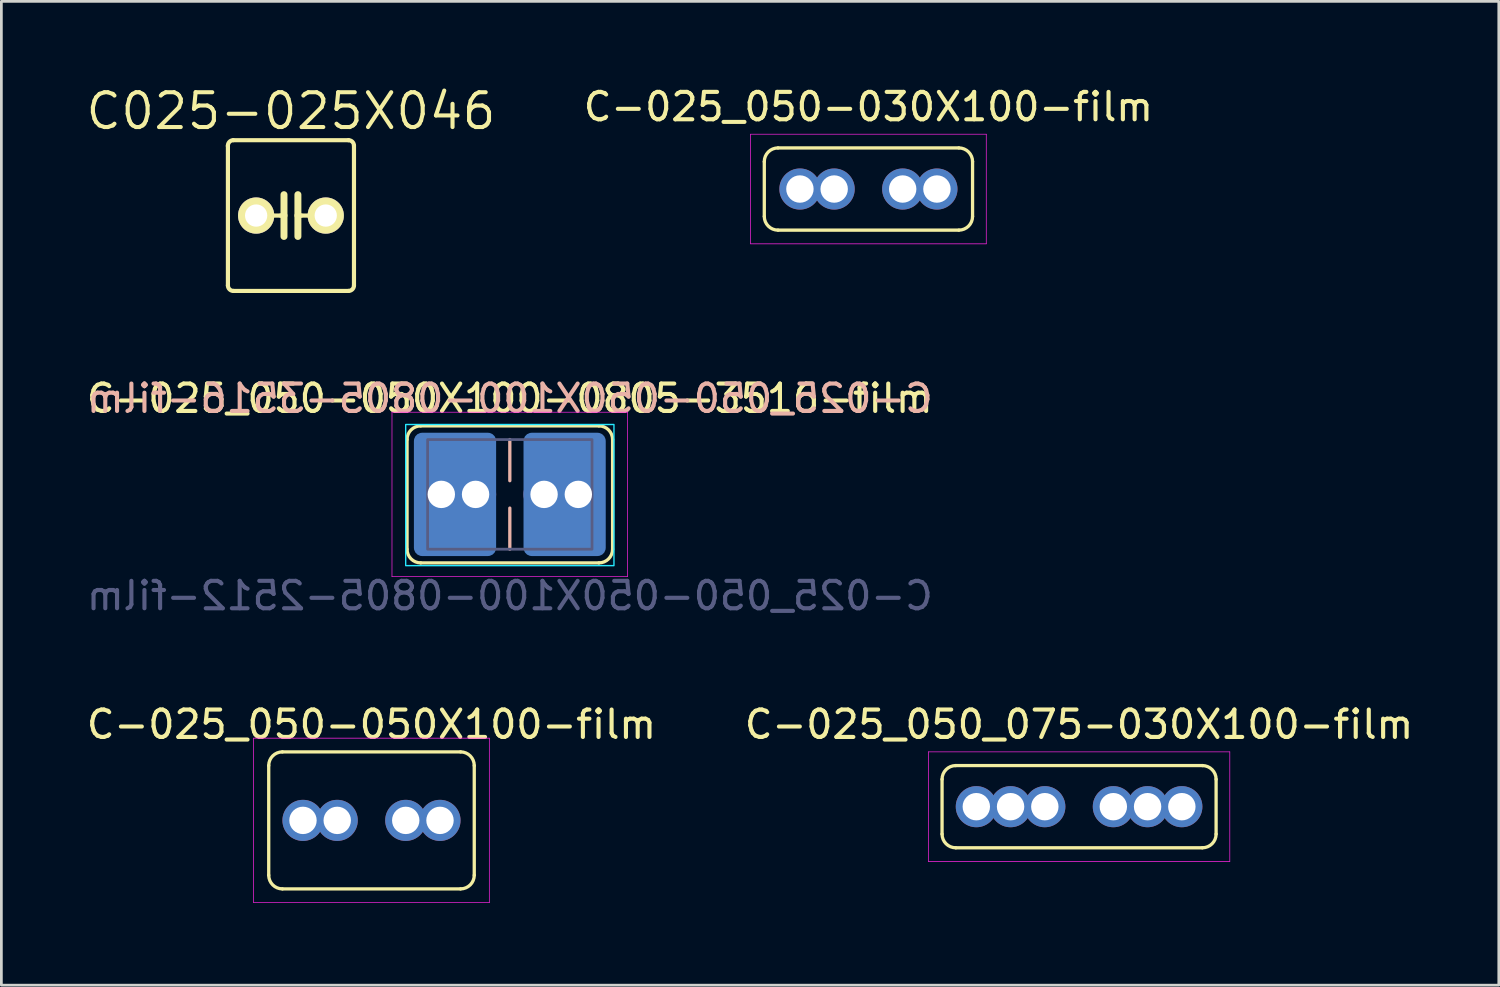
<source format=kicad_pcb>
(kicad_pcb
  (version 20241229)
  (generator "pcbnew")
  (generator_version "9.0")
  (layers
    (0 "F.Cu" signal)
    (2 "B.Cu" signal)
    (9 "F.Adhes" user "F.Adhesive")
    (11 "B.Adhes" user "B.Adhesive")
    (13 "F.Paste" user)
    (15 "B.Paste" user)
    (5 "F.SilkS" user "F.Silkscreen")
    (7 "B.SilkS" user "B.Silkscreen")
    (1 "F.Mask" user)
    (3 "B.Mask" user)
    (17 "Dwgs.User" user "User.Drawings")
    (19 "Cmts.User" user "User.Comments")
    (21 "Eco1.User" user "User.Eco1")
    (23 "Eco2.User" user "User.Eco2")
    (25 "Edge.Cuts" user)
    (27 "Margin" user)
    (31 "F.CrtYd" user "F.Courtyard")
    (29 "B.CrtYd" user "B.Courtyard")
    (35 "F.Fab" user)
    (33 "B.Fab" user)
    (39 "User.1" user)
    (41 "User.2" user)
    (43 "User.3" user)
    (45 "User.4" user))
  (footprint "C-025_050-050X100-film"
    (layer "F.Cu")
    (at 10.506 26.887)
    (property "Reference" "C-025_050-050X100-film" (at 0 -3.5 0) (layer "F.SilkS") (effects (font (size 1 1) (thickness 0.15))))
    (attr through_hole)
    (fp_line (start -3.75 -2) (end -3.75 2) (stroke (width 0.12) (type solid)) (layer "F.SilkS"))
    (fp_line (start -3.25 2.5) (end 3.25 2.5) (stroke (width 0.12) (type solid)) (layer "F.SilkS"))
    (fp_line (start 3.25 -2.5) (end -3.25 -2.5) (stroke (width 0.12) (type solid)) (layer "F.SilkS"))
    (fp_line (start 3.75 2) (end 3.75 -2) (stroke (width 0.12) (type solid)) (layer "F.SilkS"))
    (fp_arc (start -3.75 -2) (mid -3.603553 -2.353553) (end -3.25 -2.5) (stroke (width 0.12) (type solid)) (layer "F.SilkS"))
    (fp_arc (start -3.25 2.5) (mid -3.603553 2.353553) (end -3.75 2) (stroke (width 0.12) (type solid)) (layer "F.SilkS"))
    (fp_arc (start 3.25 -2.5) (mid 3.603553 -2.353553) (end 3.75 -2) (stroke (width 0.12) (type solid)) (layer "F.SilkS"))
    (fp_arc (start 3.75 2) (mid 3.603553 2.353553) (end 3.25 2.5) (stroke (width 0.12) (type solid)) (layer "F.SilkS"))
    (fp_line (start -4.3 -3) (end -4.3 3) (stroke (width 0.025) (type solid)) (layer "F.CrtYd"))
    (fp_line (start -4.3 3) (end 4.3 3) (stroke (width 0.025) (type solid)) (layer "F.CrtYd"))
    (fp_line (start 4.3 -3) (end -4.3 -3) (stroke (width 0.025) (type solid)) (layer "F.CrtYd"))
    (fp_line (start 4.3 3) (end 4.3 -3) (stroke (width 0.025) (type solid)) (layer "F.CrtYd"))
    (pad "1" thru_hole circle (at -2.5 0) (size 1.5 1.5) (drill 1) (layers "*.Cu" "*.Mask"))
    (pad "1" thru_hole circle (at -1.25 0) (size 1.5 1.5) (drill 1) (layers "*.Cu" "*.Mask"))
    (pad "2" thru_hole circle (at 1.25 0) (size 1.5 1.5) (drill 1) (layers "*.Cu" "*.Mask"))
    (pad "2" thru_hole circle (at 2.5 0) (size 1.5 1.5) (drill 1) (layers "*.Cu" "*.Mask")))
  (footprint "C-025_050-050X100-0805-3516-film"
    (layer "F.Cu")
    (at 15.554 14.991)
    (property "Reference" "C-025_050-050X100-0805-3516-film" (at 0 -3.5 0) (layer "F.SilkS") (effects (font (size 1 1) (thickness 0.15))))
    (property "Value" "C-025_050-050X100-0805-2512-film" (at 0 3.7 0) (layer "F.Fab") (hide yes) (effects (font (size 1 1) (thickness 0.15))))
    (attr through_hole)
    (fp_line (start -3.75 -2) (end -3.75 2) (stroke (width 0.12) (type solid)) (layer "F.SilkS"))
    (fp_line (start -3.25 2.5) (end 3.25 2.5) (stroke (width 0.12) (type solid)) (layer "F.SilkS"))
    (fp_line (start 3.25 -2.5) (end -3.25 -2.5) (stroke (width 0.12) (type solid)) (layer "F.SilkS"))
    (fp_line (start 3.75 2) (end 3.75 -2) (stroke (width 0.12) (type solid)) (layer "F.SilkS"))
    (fp_arc (start -3.75 -2) (mid -3.603553 -2.353553) (end -3.25 -2.5) (stroke (width 0.12) (type solid)) (layer "F.SilkS"))
    (fp_arc (start -3.25 2.5) (mid -3.603553 2.353553) (end -3.75 2) (stroke (width 0.12) (type solid)) (layer "F.SilkS"))
    (fp_arc (start 3.25 -2.5) (mid 3.603553 -2.353553) (end 3.75 -2) (stroke (width 0.12) (type solid)) (layer "F.SilkS"))
    (fp_arc (start 3.75 2) (mid 3.603553 2.353553) (end 3.25 2.5) (stroke (width 0.12) (type solid)) (layer "F.SilkS"))
    (fp_line (start 0 -2) (end 0 -0.5) (stroke (width 0.12) (type solid)) (layer "B.SilkS"))
    (fp_line (start 0 2) (end 0 0.5) (stroke (width 0.12) (type solid)) (layer "B.SilkS"))
    (fp_rect (start -3.8 -2.55) (end 3.8 2.6) (stroke (width 0.05) (type solid)) (fill no) (layer "B.CrtYd"))
    (fp_line (start -4.3 -3) (end -4.3 3) (stroke (width 0.025) (type solid)) (layer "F.CrtYd"))
    (fp_line (start -4.3 3) (end 4.3 3) (stroke (width 0.025) (type solid)) (layer "F.CrtYd"))
    (fp_line (start 4.3 -3) (end -4.3 -3) (stroke (width 0.025) (type solid)) (layer "F.CrtYd"))
    (fp_line (start 4.3 3) (end 4.3 -3) (stroke (width 0.025) (type solid)) (layer "F.CrtYd"))
    (fp_rect (start -3 -2) (end 3 2) (stroke (width 0.1) (type solid)) (fill no) (layer "B.Fab"))
    (fp_text user "${REFERENCE}" (at 0 -3.5 0) (layer "B.SilkS") (effects (font (size 1 1) (thickness 0.15)) (justify mirror)))
    (fp_text user "${VALUE}" (at 0 3.7 0) (layer "B.Fab") (effects (font (size 1 1) (thickness 0.15)) (justify mirror)))
    (pad "1" thru_hole circle (at -2.5 0) (size 1.5 1.5) (drill 1) (layers "*.Cu" "*.Mask"))
    (pad "1" smd roundrect (at -2 0) (size 3 4.5) (layers "B.Cu" "B.Mask" "B.Paste") (roundrect_rratio 0.1))
    (pad "1" thru_hole circle (at -1.25 0) (size 1.5 1.5) (drill 1) (layers "*.Cu" "*.Mask"))
    (pad "2" thru_hole circle (at 1.25 0) (size 1.5 1.5) (drill 1) (layers "*.Cu" "*.Mask"))
    (pad "2" smd roundrect (at 2 0) (size 3 4.5) (layers "B.Cu" "B.Mask" "B.Paste") (roundrect_rratio 0.1))
    (pad "2" thru_hole circle (at 2.5 0) (size 1.5 1.5) (drill 1) (layers "*.Cu" "*.Mask")))
  (footprint "C-025_050_075-030X100-film"
    (layer "F.Cu")
    (at 36.327 26.387)
    (property "Reference" "C-025_050_075-030X100-film" (at 0 -3 0) (layer "F.SilkS") (effects (font (size 1 1) (thickness 0.15))))
    (attr through_hole)
    (fp_line (start -5 -1) (end -5 1) (stroke (width 0.12) (type solid)) (layer "F.SilkS"))
    (fp_line (start -4.5 1.5) (end 4.5 1.5) (stroke (width 0.12) (type solid)) (layer "F.SilkS"))
    (fp_line (start 4.5 -1.5) (end -4.5 -1.5) (stroke (width 0.12) (type solid)) (layer "F.SilkS"))
    (fp_line (start 5 1) (end 5 -1) (stroke (width 0.12) (type solid)) (layer "F.SilkS"))
    (fp_arc (start -5 -1) (mid -4.853553 -1.353553) (end -4.5 -1.5) (stroke (width 0.12) (type solid)) (layer "F.SilkS"))
    (fp_arc (start -4.5 1.5) (mid -4.853553 1.353553) (end -5 1) (stroke (width 0.12) (type solid)) (layer "F.SilkS"))
    (fp_arc (start 4.5 -1.5) (mid 4.853553 -1.353553) (end 5 -1) (stroke (width 0.12) (type solid)) (layer "F.SilkS"))
    (fp_arc (start 5 1) (mid 4.853553 1.353553) (end 4.5 1.5) (stroke (width 0.12) (type solid)) (layer "F.SilkS"))
    (fp_line (start -5.5 -2) (end -5.5 2) (stroke (width 0.025) (type solid)) (layer "F.CrtYd"))
    (fp_line (start -5.5 2) (end 5.5 2) (stroke (width 0.025) (type solid)) (layer "F.CrtYd"))
    (fp_line (start 5.5 -2) (end -5.5 -2) (stroke (width 0.025) (type solid)) (layer "F.CrtYd"))
    (fp_line (start 5.5 2) (end 5.5 -2) (stroke (width 0.025) (type solid)) (layer "F.CrtYd"))
    (pad "1" thru_hole circle (at -3.75 0) (size 1.5 1.5) (drill 1) (layers "*.Cu" "*.Mask"))
    (pad "1" thru_hole circle (at -2.5 0) (size 1.5 1.5) (drill 1) (layers "*.Cu" "*.Mask"))
    (pad "1" thru_hole circle (at -1.25 0) (size 1.5 1.5) (drill 1) (layers "*.Cu" "*.Mask"))
    (pad "2" thru_hole circle (at 1.25 0) (size 1.5 1.5) (drill 1) (layers "*.Cu" "*.Mask"))
    (pad "2" thru_hole circle (at 2.5 0) (size 1.5 1.5) (drill 1) (layers "*.Cu" "*.Mask"))
    (pad "2" thru_hole circle (at 3.75 0) (size 1.5 1.5) (drill 1) (layers "*.Cu" "*.Mask")))
  (footprint "C025-025X046"
    (layer "F.Cu")
    (at 7.567 4.816)
    (property "Reference" "C025-025X046" (at 0 -3.81 0) (layer "F.SilkS") (effects (font (size 1.27 1.27) (thickness 0.15))))
    (attr exclude_from_pos_files exclude_from_bom)
    (fp_line (start -2.3 -2.55) (end -2.3 2.55) (stroke (width 0.152) (type solid)) (layer "F.SilkS"))
    (fp_line (start -2.1 -2.75) (end 2.1 -2.75) (stroke (width 0.152) (type solid)) (layer "F.SilkS"))
    (fp_line (start -0.381 0) (end -0.762 0) (stroke (width 0.152) (type solid)) (layer "F.SilkS"))
    (fp_line (start -0.254 -0.762) (end -0.254 0) (stroke (width 0.254) (type solid)) (layer "F.SilkS"))
    (fp_line (start -0.254 0) (end -0.381 0) (stroke (width 0.152) (type solid)) (layer "F.SilkS"))
    (fp_line (start -0.254 0) (end -0.254 0.762) (stroke (width 0.254) (type solid)) (layer "F.SilkS"))
    (fp_line (start 0.254 0) (end 0.254 -0.762) (stroke (width 0.254) (type solid)) (layer "F.SilkS"))
    (fp_line (start 0.254 0) (end 0.254 0.762) (stroke (width 0.254) (type solid)) (layer "F.SilkS"))
    (fp_line (start 0.381 0) (end 0.254 0) (stroke (width 0.152) (type solid)) (layer "F.SilkS"))
    (fp_line (start 0.762 0) (end 0.381 0) (stroke (width 0.152) (type solid)) (layer "F.SilkS"))
    (fp_line (start 2.1 2.75) (end -2.1 2.75) (stroke (width 0.152) (type solid)) (layer "F.SilkS"))
    (fp_line (start 2.3 -2.55) (end 2.3 2.55) (stroke (width 0.152) (type solid)) (layer "F.SilkS"))
    (fp_arc (start -2.3 -2.53) (mid -2.252178 -2.681308) (end -2.109505 -2.750773) (stroke (width 0.1524) (type solid)) (layer "F.SilkS"))
    (fp_arc (start -2.1 2.75) (mid -2.241421 2.691421) (end -2.3 2.55) (stroke (width 0.1524) (type solid)) (layer "F.SilkS"))
    (fp_arc (start 2.1 -2.75) (mid 2.241421 -2.691421) (end 2.3 -2.55) (stroke (width 0.1524) (type solid)) (layer "F.SilkS"))
    (fp_arc (start 2.3 2.55) (mid 2.241421 2.691421) (end 2.1 2.75) (stroke (width 0.1524) (type solid)) (layer "F.SilkS"))
    (pad "1" thru_hole circle (at -1.27 0) (size 1.321 1.321) (drill 0.813) (layers "*.Cu" "*.Mask" "F.SilkS" "F.Paste"))
    (pad "2" thru_hole circle (at 1.27 0) (size 1.321 1.321) (drill 0.813) (layers "*.Cu" "*.Mask" "F.SilkS" "F.Paste")))
  (footprint "C-025_050-030X100-film"
    (layer "F.Cu")
    (at 28.64 3.848)
    (property "Reference" "C-025_050-030X100-film" (at 0 -3 0) (layer "F.SilkS") (effects (font (size 1 1) (thickness 0.15))))
    (attr through_hole)
    (fp_line (start -3.8 -1) (end -3.8 1) (stroke (width 0.12) (type solid)) (layer "F.SilkS"))
    (fp_line (start -3.3 1.5) (end 3.3 1.5) (stroke (width 0.12) (type solid)) (layer "F.SilkS"))
    (fp_line (start 3.3 -1.5) (end -3.3 -1.5) (stroke (width 0.12) (type solid)) (layer "F.SilkS"))
    (fp_line (start 3.8 1) (end 3.8 -1) (stroke (width 0.12) (type solid)) (layer "F.SilkS"))
    (fp_arc (start -3.8 -1) (mid -3.653553 -1.353553) (end -3.3 -1.5) (stroke (width 0.12) (type solid)) (layer "F.SilkS"))
    (fp_arc (start -3.3 1.5) (mid -3.653553 1.353553) (end -3.8 1) (stroke (width 0.12) (type solid)) (layer "F.SilkS"))
    (fp_arc (start 3.3 -1.5) (mid 3.653553 -1.353553) (end 3.8 -1) (stroke (width 0.12) (type solid)) (layer "F.SilkS"))
    (fp_arc (start 3.8 1) (mid 3.653553 1.353553) (end 3.3 1.5) (stroke (width 0.12) (type solid)) (layer "F.SilkS"))
    (fp_line (start -4.3 -2) (end -4.3 2) (stroke (width 0.025) (type solid)) (layer "F.CrtYd"))
    (fp_line (start -4.3 2) (end 4.3 2) (stroke (width 0.025) (type solid)) (layer "F.CrtYd"))
    (fp_line (start 4.3 -2) (end -4.3 -2) (stroke (width 0.025) (type solid)) (layer "F.CrtYd"))
    (fp_line (start 4.3 2) (end 4.3 -2) (stroke (width 0.025) (type solid)) (layer "F.CrtYd"))
    (pad "1" thru_hole circle (at -2.5 0) (size 1.5 1.5) (drill 1) (layers "*.Cu" "*.Mask"))
    (pad "1" thru_hole circle (at -1.25 0) (size 1.5 1.5) (drill 1) (layers "*.Cu" "*.Mask"))
    (pad "2" thru_hole circle (at 1.25 0) (size 1.5 1.5) (drill 1) (layers "*.Cu" "*.Mask"))
    (pad "2" thru_hole circle (at 2.5 0) (size 1.5 1.5) (drill 1) (layers "*.Cu" "*.Mask")))
  (gr_rect
    (start -3 -3)
    (end 51.643 32.9)
    (stroke (width 0.1) (type default))
    (fill no)
    (layer "Edge.Cuts")))
</source>
